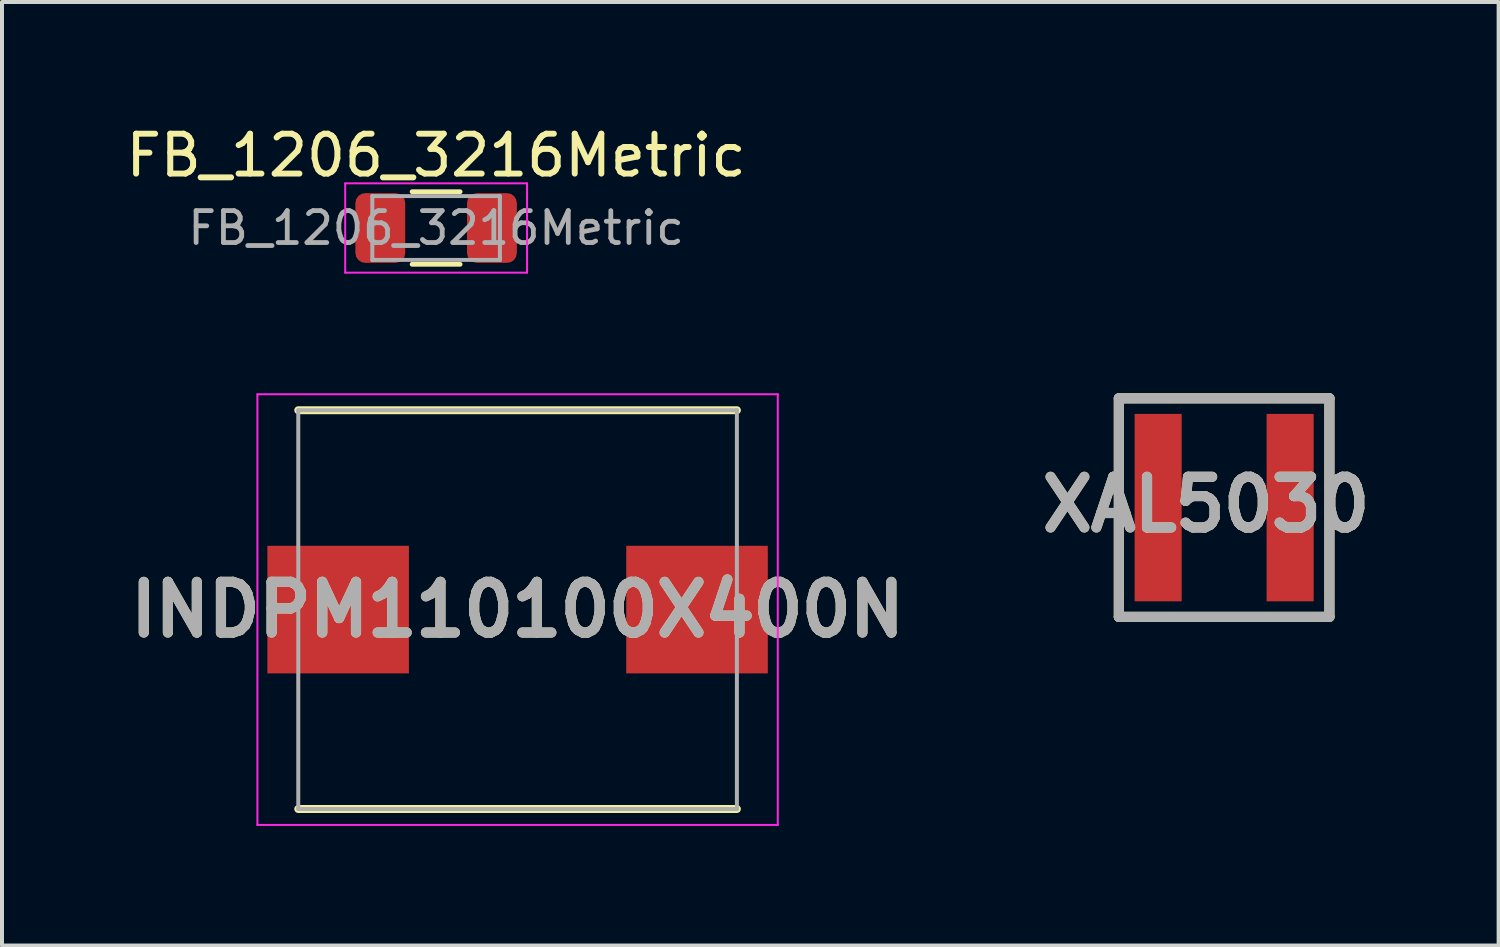
<source format=kicad_pcb>
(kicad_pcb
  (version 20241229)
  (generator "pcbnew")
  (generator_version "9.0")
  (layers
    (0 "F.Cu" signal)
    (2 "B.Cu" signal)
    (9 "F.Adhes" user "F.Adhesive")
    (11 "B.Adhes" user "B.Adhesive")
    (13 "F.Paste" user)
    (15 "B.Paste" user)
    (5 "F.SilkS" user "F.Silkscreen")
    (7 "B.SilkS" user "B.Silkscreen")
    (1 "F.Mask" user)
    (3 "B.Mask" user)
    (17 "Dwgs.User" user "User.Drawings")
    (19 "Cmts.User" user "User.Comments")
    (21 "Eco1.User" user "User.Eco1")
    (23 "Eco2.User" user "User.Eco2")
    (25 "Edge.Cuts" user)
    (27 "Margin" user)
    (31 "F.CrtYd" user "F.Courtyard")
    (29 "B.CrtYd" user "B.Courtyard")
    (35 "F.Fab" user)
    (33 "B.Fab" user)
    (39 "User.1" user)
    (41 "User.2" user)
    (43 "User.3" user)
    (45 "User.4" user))
  (footprint "XAL5030"
    (layer "F.Cu")
    (at 27.649 9.68)
    (property "Reference" "XAL5030" (at -0.452 -0.077 0) (layer "F.SilkS") (effects (font (size 1.27 1.27) (thickness 0.254))))
    (attr smd)
    (fp_line (start -2.64 -2.74) (end 2.64 -2.74) (stroke (width 0.254) (type solid)) (layer "F.SilkS"))
    (fp_line (start -2.64 2.74) (end -2.64 -2.74) (stroke (width 0.254) (type solid)) (layer "F.SilkS"))
    (fp_line (start 2.64 -2.74) (end 2.64 2.74) (stroke (width 0.254) (type solid)) (layer "F.SilkS"))
    (fp_line (start 2.64 2.74) (end -2.64 2.74) (stroke (width 0.254) (type solid)) (layer "F.SilkS"))
    (fp_line (start -2.64 -2.74) (end 2.64 -2.74) (stroke (width 0.254) (type solid)) (layer "F.Fab"))
    (fp_line (start -2.64 2.74) (end -2.64 -2.74) (stroke (width 0.254) (type solid)) (layer "F.Fab"))
    (fp_line (start 2.64 -2.74) (end 2.64 2.74) (stroke (width 0.254) (type solid)) (layer "F.Fab"))
    (fp_line (start 2.64 2.74) (end -2.64 2.74) (stroke (width 0.254) (type solid)) (layer "F.Fab"))
    (fp_text user "${REFERENCE}" (at -0.452 -0.077 0) (layer "F.Fab") (effects (font (size 1.27 1.27) (thickness 0.254))))
    (pad "1" smd rect (at -1.655 0) (size 1.18 4.7) (layers "F.Cu" "F.Mask" "F.Paste"))
    (pad "2" smd rect (at 1.655 0) (size 1.18 4.7) (layers "F.Cu" "F.Mask" "F.Paste")))
  (footprint "FB_1206_3216Metric"
    (layer "F.Cu")
    (at 7.887 2.668)
    (property "Reference" "FB_1206_3216Metric" (at 0 -1.82 0) (layer "F.SilkS") (effects (font (size 1 1) (thickness 0.15))))
    (attr smd)
    (fp_line (start -0.602 -0.91) (end 0.602 -0.91) (stroke (width 0.12) (type solid)) (layer "F.SilkS"))
    (fp_line (start -0.602 0.91) (end 0.602 0.91) (stroke (width 0.12) (type solid)) (layer "F.SilkS"))
    (fp_line (start -2.28 -1.12) (end 2.28 -1.12) (stroke (width 0.05) (type solid)) (layer "F.CrtYd"))
    (fp_line (start -2.28 1.12) (end -2.28 -1.12) (stroke (width 0.05) (type solid)) (layer "F.CrtYd"))
    (fp_line (start 2.28 -1.12) (end 2.28 1.12) (stroke (width 0.05) (type solid)) (layer "F.CrtYd"))
    (fp_line (start 2.28 1.12) (end -2.28 1.12) (stroke (width 0.05) (type solid)) (layer "F.CrtYd"))
    (fp_line (start -1.6 -0.8) (end 1.6 -0.8) (stroke (width 0.1) (type solid)) (layer "F.Fab"))
    (fp_line (start -1.6 0.8) (end -1.6 -0.8) (stroke (width 0.1) (type solid)) (layer "F.Fab"))
    (fp_line (start 1.6 -0.8) (end 1.6 0.8) (stroke (width 0.1) (type solid)) (layer "F.Fab"))
    (fp_line (start 1.6 0.8) (end -1.6 0.8) (stroke (width 0.1) (type solid)) (layer "F.Fab"))
    (fp_text user "${REFERENCE}" (at 0 0 0) (layer "F.Fab") (effects (font (size 0.8 0.8) (thickness 0.12))))
    (pad "1" smd roundrect (at -1.4 0) (size 1.25 1.75) (layers "F.Cu" "F.Mask" "F.Paste") (roundrect_rratio 0.2))
    (pad "2" smd roundrect (at 1.4 0) (size 1.25 1.75) (layers "F.Cu" "F.Mask" "F.Paste") (roundrect_rratio 0.2)))
  (footprint "INDPM110100X400N"
    (layer "F.Cu")
    (at 9.93 12.238)
    (property "Reference" "INDPM110100X400N" (at 0 0 0) (layer "F.SilkS") (effects (font (size 1.27 1.27) (thickness 0.254))))
    (attr smd)
    (fp_line (start -5.5 5) (end 5.5 5) (stroke (width 0.2) (type solid)) (layer "F.SilkS"))
    (fp_line (start 5.5 -5) (end -5.5 -5) (stroke (width 0.2) (type solid)) (layer "F.SilkS"))
    (fp_line (start -6.525 -5.4) (end 6.525 -5.4) (stroke (width 0.05) (type solid)) (layer "F.CrtYd"))
    (fp_line (start -6.525 5.4) (end -6.525 -5.4) (stroke (width 0.05) (type solid)) (layer "F.CrtYd"))
    (fp_line (start 6.525 -5.4) (end 6.525 5.4) (stroke (width 0.05) (type solid)) (layer "F.CrtYd"))
    (fp_line (start 6.525 5.4) (end -6.525 5.4) (stroke (width 0.05) (type solid)) (layer "F.CrtYd"))
    (fp_line (start -5.5 -5) (end 5.5 -5) (stroke (width 0.1) (type solid)) (layer "F.Fab"))
    (fp_line (start -5.5 5) (end -5.5 -5) (stroke (width 0.1) (type solid)) (layer "F.Fab"))
    (fp_line (start 5.5 -5) (end 5.5 5) (stroke (width 0.1) (type solid)) (layer "F.Fab"))
    (fp_line (start 5.5 5) (end -5.5 5) (stroke (width 0.1) (type solid)) (layer "F.Fab"))
    (fp_text user "${REFERENCE}" (at 0 0 0) (layer "F.Fab") (effects (font (size 1.27 1.27) (thickness 0.254))))
    (pad "1" smd rect (at -4.5 0 90) (size 3.2 3.55) (layers "F.Cu" "F.Mask" "F.Paste"))
    (pad "2" smd rect (at 4.5 0 90) (size 3.2 3.55) (layers "F.Cu" "F.Mask" "F.Paste")))
  (gr_rect
    (start -3 -3)
    (end 34.533 20.663)
    (stroke (width 0.1) (type default))
    (fill no)
    (layer "Edge.Cuts")))
</source>
